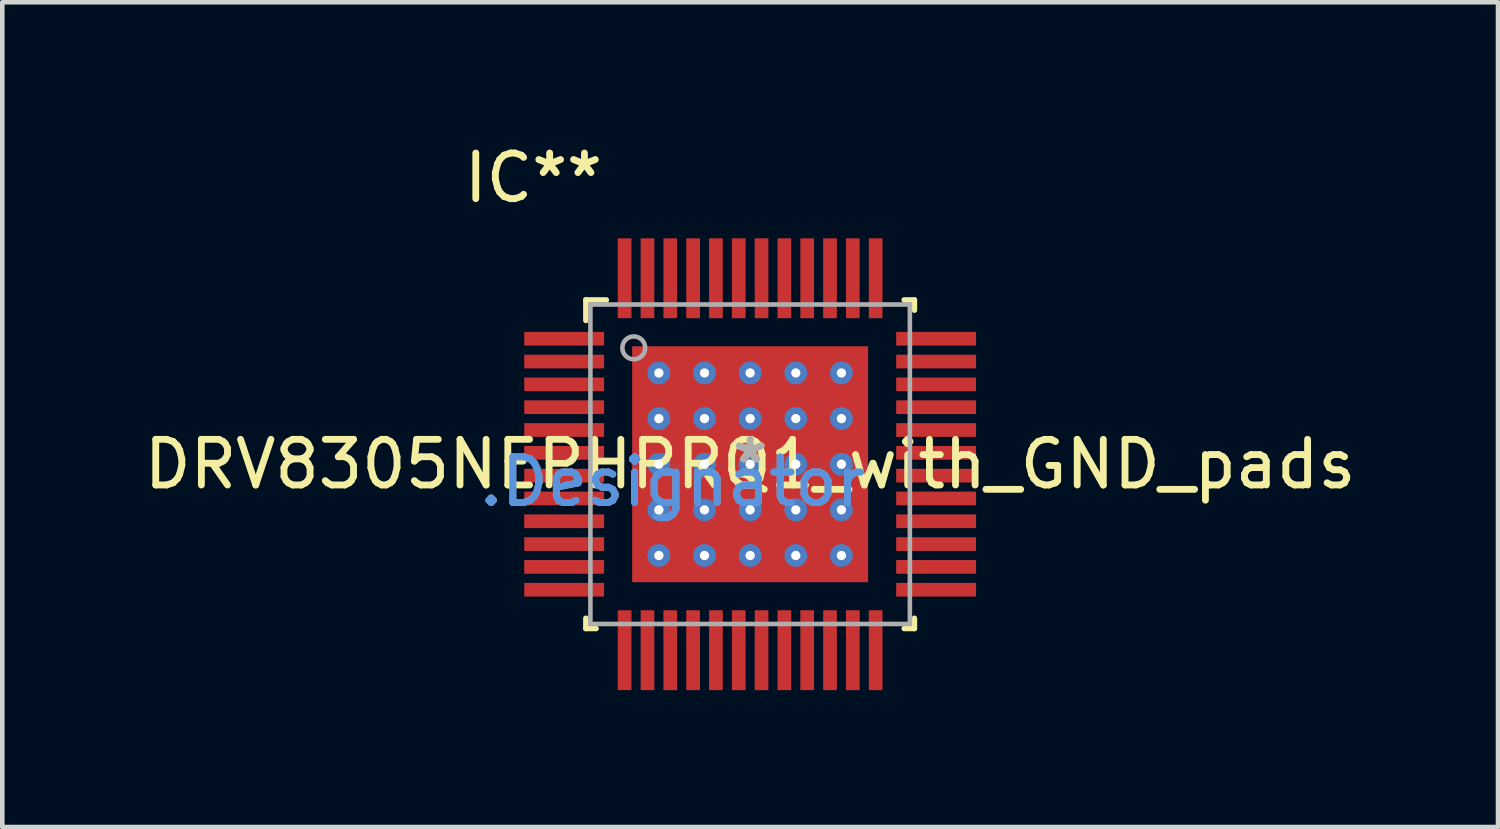
<source format=kicad_pcb>
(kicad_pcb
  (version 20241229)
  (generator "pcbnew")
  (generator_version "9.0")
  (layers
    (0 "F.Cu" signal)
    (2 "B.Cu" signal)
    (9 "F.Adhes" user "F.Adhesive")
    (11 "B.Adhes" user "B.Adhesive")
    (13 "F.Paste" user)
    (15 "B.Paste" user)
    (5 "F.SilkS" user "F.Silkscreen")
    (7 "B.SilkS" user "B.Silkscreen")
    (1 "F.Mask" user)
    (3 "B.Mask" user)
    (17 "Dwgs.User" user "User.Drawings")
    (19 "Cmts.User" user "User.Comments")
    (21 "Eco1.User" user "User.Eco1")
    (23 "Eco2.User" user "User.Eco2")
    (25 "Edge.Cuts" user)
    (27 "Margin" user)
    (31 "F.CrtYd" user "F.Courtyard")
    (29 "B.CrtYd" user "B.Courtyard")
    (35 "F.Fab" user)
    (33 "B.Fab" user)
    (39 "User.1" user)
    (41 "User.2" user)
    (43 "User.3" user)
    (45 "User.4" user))
  (footprint "DRV8305NEPHPRQ1_with_GND_pads"
    (layer "F.Cu")
    (at 13.387 7.122)
    (property "Reference" "DRV8305NEPHPRQ1_with_GND_pads" (at 0 0 0) (layer "F.SilkS") (effects (font (size 1 1) (thickness 0.15))))
    (attr through_hole)
    (fp_line (start -3.6 -3.6) (end -3.15 -3.6) (stroke (width 0.12) (type solid)) (layer "F.SilkS"))
    (fp_line (start -3.6 -3.15) (end -3.6 -3.6) (stroke (width 0.12) (type solid)) (layer "F.SilkS"))
    (fp_line (start -3.6 3.6) (end -3.6 3.375) (stroke (width 0.12) (type solid)) (layer "F.SilkS"))
    (fp_line (start -3.6 3.6) (end -3.375 3.6) (stroke (width 0.12) (type solid)) (layer "F.SilkS"))
    (fp_line (start 3.375 -3.6) (end 3.6 -3.6) (stroke (width 0.12) (type solid)) (layer "F.SilkS"))
    (fp_line (start 3.375 3.6) (end 3.6 3.6) (stroke (width 0.12) (type solid)) (layer "F.SilkS"))
    (fp_line (start 3.6 -3.375) (end 3.6 -3.6) (stroke (width 0.12) (type solid)) (layer "F.SilkS"))
    (fp_line (start 3.6 3.6) (end 3.6 3.375) (stroke (width 0.12) (type solid)) (layer "F.SilkS"))
    (fp_line (start -3.5 -3.5) (end 3.5 -3.5) (stroke (width 0.1) (type solid)) (layer "F.Fab"))
    (fp_line (start -3.5 3.5) (end -3.5 -3.5) (stroke (width 0.1) (type solid)) (layer "F.Fab"))
    (fp_line (start -3.5 3.5) (end 3.5 3.5) (stroke (width 0.1) (type solid)) (layer "F.Fab"))
    (fp_line (start 3.5 3.5) (end 3.5 -3.5) (stroke (width 0.1) (type solid)) (layer "F.Fab"))
    (fp_circle (center -2.55 -2.55) (end -2.3 -2.55) (stroke (width 0.1) (type solid)) (fill no) (layer "F.Fab"))
    (fp_text user "IC**" (at -4.75 -6.274 0) (layer "F.SilkS") (effects (font (size 1 1) (thickness 0.15))))
    (fp_text user "*" (at 0 0 0) (layer "F.SilkS") (effects (font (size 1 1) (thickness 0.15))))
    (fp_text user ".Designator" (at -1.699 0.383 0) (layer "Cmts.User") (effects (font (size 1 1) (thickness 0.15))))
    (fp_text user "Copyright 2021 Accelerated Designs. All rights reserved." (at 0 0 0) (layer "Cmts.User") (effects (font (size 0.127 0.127) (thickness 0.002))))
    (fp_text user "*" (at 0 0 0) (layer "F.Fab") (effects (font (size 1 1) (thickness 0.15))))
    (fp_text user ".Designator" (at -1.699 0.383 0) (layer "F.Fab") (effects (font (size 1 1) (thickness 0.15))))
    (pad "1" smd rect (at -4.075 -2.75 90) (size 0.3 1.75) (layers "F.Cu" "F.Mask" "F.Paste"))
    (pad "2" smd rect (at -4.075 -2.25 90) (size 0.3 1.75) (layers "F.Cu" "F.Mask" "F.Paste"))
    (pad "3" smd rect (at -4.075 -1.75 90) (size 0.3 1.75) (layers "F.Cu" "F.Mask" "F.Paste"))
    (pad "4" smd rect (at -4.075 -1.25 90) (size 0.3 1.75) (layers "F.Cu" "F.Mask" "F.Paste"))
    (pad "5" smd rect (at -4.075 -0.75 90) (size 0.3 1.75) (layers "F.Cu" "F.Mask" "F.Paste"))
    (pad "6" smd rect (at -4.075 -0.25 90) (size 0.3 1.75) (layers "F.Cu" "F.Mask" "F.Paste"))
    (pad "7" smd rect (at -4.075 0.25 90) (size 0.3 1.75) (layers "F.Cu" "F.Mask" "F.Paste"))
    (pad "8" smd rect (at -4.075 0.75 90) (size 0.3 1.75) (layers "F.Cu" "F.Mask" "F.Paste"))
    (pad "9" smd rect (at -4.075 1.25 90) (size 0.3 1.75) (layers "F.Cu" "F.Mask" "F.Paste"))
    (pad "10" smd rect (at -4.075 1.75 90) (size 0.3 1.75) (layers "F.Cu" "F.Mask" "F.Paste"))
    (pad "11" smd rect (at -4.075 2.25 90) (size 0.3 1.75) (layers "F.Cu" "F.Mask" "F.Paste"))
    (pad "12" smd rect (at -4.075 2.75 90) (size 0.3 1.75) (layers "F.Cu" "F.Mask" "F.Paste"))
    (pad "13" smd rect (at -2.75 4.075) (size 0.3 1.75) (layers "F.Cu" "F.Mask" "F.Paste"))
    (pad "14" smd rect (at -2.25 4.075) (size 0.3 1.75) (layers "F.Cu" "F.Mask" "F.Paste"))
    (pad "15" smd rect (at -1.75 4.075) (size 0.3 1.75) (layers "F.Cu" "F.Mask" "F.Paste"))
    (pad "16" smd rect (at -1.25 4.075) (size 0.3 1.75) (layers "F.Cu" "F.Mask" "F.Paste"))
    (pad "17" smd rect (at -0.75 4.075) (size 0.3 1.75) (layers "F.Cu" "F.Mask" "F.Paste"))
    (pad "18" smd rect (at -0.25 4.075) (size 0.3 1.75) (layers "F.Cu" "F.Mask" "F.Paste"))
    (pad "19" smd rect (at 0.25 4.075) (size 0.3 1.75) (layers "F.Cu" "F.Mask" "F.Paste"))
    (pad "20" smd rect (at 0.75 4.075) (size 0.3 1.75) (layers "F.Cu" "F.Mask" "F.Paste"))
    (pad "21" smd rect (at 1.25 4.075) (size 0.3 1.75) (layers "F.Cu" "F.Mask" "F.Paste"))
    (pad "22" smd rect (at 1.75 4.075) (size 0.3 1.75) (layers "F.Cu" "F.Mask" "F.Paste"))
    (pad "23" smd rect (at 2.25 4.075) (size 0.3 1.75) (layers "F.Cu" "F.Mask" "F.Paste"))
    (pad "24" smd rect (at 2.75 4.075) (size 0.3 1.75) (layers "F.Cu" "F.Mask" "F.Paste"))
    (pad "25" smd rect (at 4.075 2.75 90) (size 0.3 1.75) (layers "F.Cu" "F.Mask" "F.Paste"))
    (pad "26" smd rect (at 4.075 2.25 90) (size 0.3 1.75) (layers "F.Cu" "F.Mask" "F.Paste"))
    (pad "27" smd rect (at 4.075 1.75 90) (size 0.3 1.75) (layers "F.Cu" "F.Mask" "F.Paste"))
    (pad "28" smd rect (at 4.075 1.25 90) (size 0.3 1.75) (layers "F.Cu" "F.Mask" "F.Paste"))
    (pad "29" smd rect (at 4.075 0.75 90) (size 0.3 1.75) (layers "F.Cu" "F.Mask" "F.Paste"))
    (pad "30" smd rect (at 4.075 0.25 90) (size 0.3 1.75) (layers "F.Cu" "F.Mask" "F.Paste"))
    (pad "31" smd rect (at 4.075 -0.25 90) (size 0.3 1.75) (layers "F.Cu" "F.Mask" "F.Paste"))
    (pad "32" smd rect (at 4.075 -0.75 90) (size 0.3 1.75) (layers "F.Cu" "F.Mask" "F.Paste"))
    (pad "33" smd rect (at 4.075 -1.25 90) (size 0.3 1.75) (layers "F.Cu" "F.Mask" "F.Paste"))
    (pad "34" smd rect (at 4.075 -1.75 90) (size 0.3 1.75) (layers "F.Cu" "F.Mask" "F.Paste"))
    (pad "35" smd rect (at 4.075 -2.25 90) (size 0.3 1.75) (layers "F.Cu" "F.Mask" "F.Paste"))
    (pad "36" smd rect (at 4.075 -2.75 90) (size 0.3 1.75) (layers "F.Cu" "F.Mask" "F.Paste"))
    (pad "37" smd rect (at 2.75 -4.075) (size 0.3 1.75) (layers "F.Cu" "F.Mask" "F.Paste"))
    (pad "38" smd rect (at 2.25 -4.075) (size 0.3 1.75) (layers "F.Cu" "F.Mask" "F.Paste"))
    (pad "39" smd rect (at 1.75 -4.075) (size 0.3 1.75) (layers "F.Cu" "F.Mask" "F.Paste"))
    (pad "40" smd rect (at 1.25 -4.075) (size 0.3 1.75) (layers "F.Cu" "F.Mask" "F.Paste"))
    (pad "41" smd rect (at 0.75 -4.075) (size 0.3 1.75) (layers "F.Cu" "F.Mask" "F.Paste"))
    (pad "42" smd rect (at 0.25 -4.075) (size 0.3 1.75) (layers "F.Cu" "F.Mask" "F.Paste"))
    (pad "43" smd rect (at -0.25 -4.075) (size 0.3 1.75) (layers "F.Cu" "F.Mask" "F.Paste"))
    (pad "44" smd rect (at -0.75 -4.075) (size 0.3 1.75) (layers "F.Cu" "F.Mask" "F.Paste"))
    (pad "45" smd rect (at -1.25 -4.075) (size 0.3 1.75) (layers "F.Cu" "F.Mask" "F.Paste"))
    (pad "46" smd rect (at -1.75 -4.075) (size 0.3 1.75) (layers "F.Cu" "F.Mask" "F.Paste"))
    (pad "47" smd rect (at -2.25 -4.075) (size 0.3 1.75) (layers "F.Cu" "F.Mask" "F.Paste"))
    (pad "48" smd rect (at -2.75 -4.075) (size 0.3 1.75) (layers "F.Cu" "F.Mask" "F.Paste"))
    (pad "49" smd rect (at 0 0) (size 5.17 5.17) (layers "F.Cu" "F.Mask" "F.Paste"))
    (pad "V" thru_hole circle (at -2 -2) (size 0.5 0.5) (drill 0.203) (layers "*.Cu" "*.Mask"))
    (pad "V" thru_hole circle (at -2 -1) (size 0.5 0.5) (drill 0.203) (layers "*.Cu" "*.Mask"))
    (pad "V" thru_hole circle (at -2 0.000003) (size 0.5 0.5) (drill 0.203) (layers "*.Cu" "*.Mask"))
    (pad "V" thru_hole circle (at -2 1) (size 0.5 0.5) (drill 0.203) (layers "*.Cu" "*.Mask"))
    (pad "V" thru_hole circle (at -2 2) (size 0.5 0.5) (drill 0.203) (layers "*.Cu" "*.Mask"))
    (pad "V" thru_hole circle (at -1 -2) (size 0.5 0.5) (drill 0.203) (layers "*.Cu" "*.Mask"))
    (pad "V" thru_hole circle (at -1 -1) (size 0.5 0.5) (drill 0.203) (layers "*.Cu" "*.Mask"))
    (pad "V" thru_hole circle (at -1 0.000003) (size 0.5 0.5) (drill 0.203) (layers "*.Cu" "*.Mask"))
    (pad "V" thru_hole circle (at -1 1) (size 0.5 0.5) (drill 0.203) (layers "*.Cu" "*.Mask"))
    (pad "V" thru_hole circle (at -1 2) (size 0.5 0.5) (drill 0.203) (layers "*.Cu" "*.Mask"))
    (pad "V" thru_hole circle (at 0 -2) (size 0.5 0.5) (drill 0.203) (layers "*.Cu" "*.Mask"))
    (pad "V" thru_hole circle (at 0 -1) (size 0.5 0.5) (drill 0.203) (layers "*.Cu" "*.Mask"))
    (pad "V" thru_hole circle (at 0 0.000003) (size 0.5 0.5) (drill 0.203) (layers "*.Cu" "*.Mask"))
    (pad "V" thru_hole circle (at 0 1) (size 0.5 0.5) (drill 0.203) (layers "*.Cu" "*.Mask"))
    (pad "V" thru_hole circle (at 0 2) (size 0.5 0.5) (drill 0.203) (layers "*.Cu" "*.Mask"))
    (pad "V" thru_hole circle (at 1 -2) (size 0.5 0.5) (drill 0.203) (layers "*.Cu" "*.Mask"))
    (pad "V" thru_hole circle (at 1 -1) (size 0.5 0.5) (drill 0.203) (layers "*.Cu" "*.Mask"))
    (pad "V" thru_hole circle (at 1 0.000003) (size 0.5 0.5) (drill 0.203) (layers "*.Cu" "*.Mask"))
    (pad "V" thru_hole circle (at 1 1) (size 0.5 0.5) (drill 0.203) (layers "*.Cu" "*.Mask"))
    (pad "V" thru_hole circle (at 1 2) (size 0.5 0.5) (drill 0.203) (layers "*.Cu" "*.Mask"))
    (pad "V" thru_hole circle (at 2 -2) (size 0.5 0.5) (drill 0.203) (layers "*.Cu" "*.Mask"))
    (pad "V" thru_hole circle (at 2 -1) (size 0.5 0.5) (drill 0.203) (layers "*.Cu" "*.Mask"))
    (pad "V" thru_hole circle (at 2 0.000003) (size 0.5 0.5) (drill 0.203) (layers "*.Cu" "*.Mask"))
    (pad "V" thru_hole circle (at 2 1) (size 0.5 0.5) (drill 0.203) (layers "*.Cu" "*.Mask"))
    (pad "V" thru_hole circle (at 2 2) (size 0.5 0.5) (drill 0.203) (layers "*.Cu" "*.Mask")))
  (gr_rect
    (start -3 -3)
    (end 29.774 15.072)
    (stroke (width 0.1) (type default))
    (fill no)
    (layer "Edge.Cuts")))
</source>
